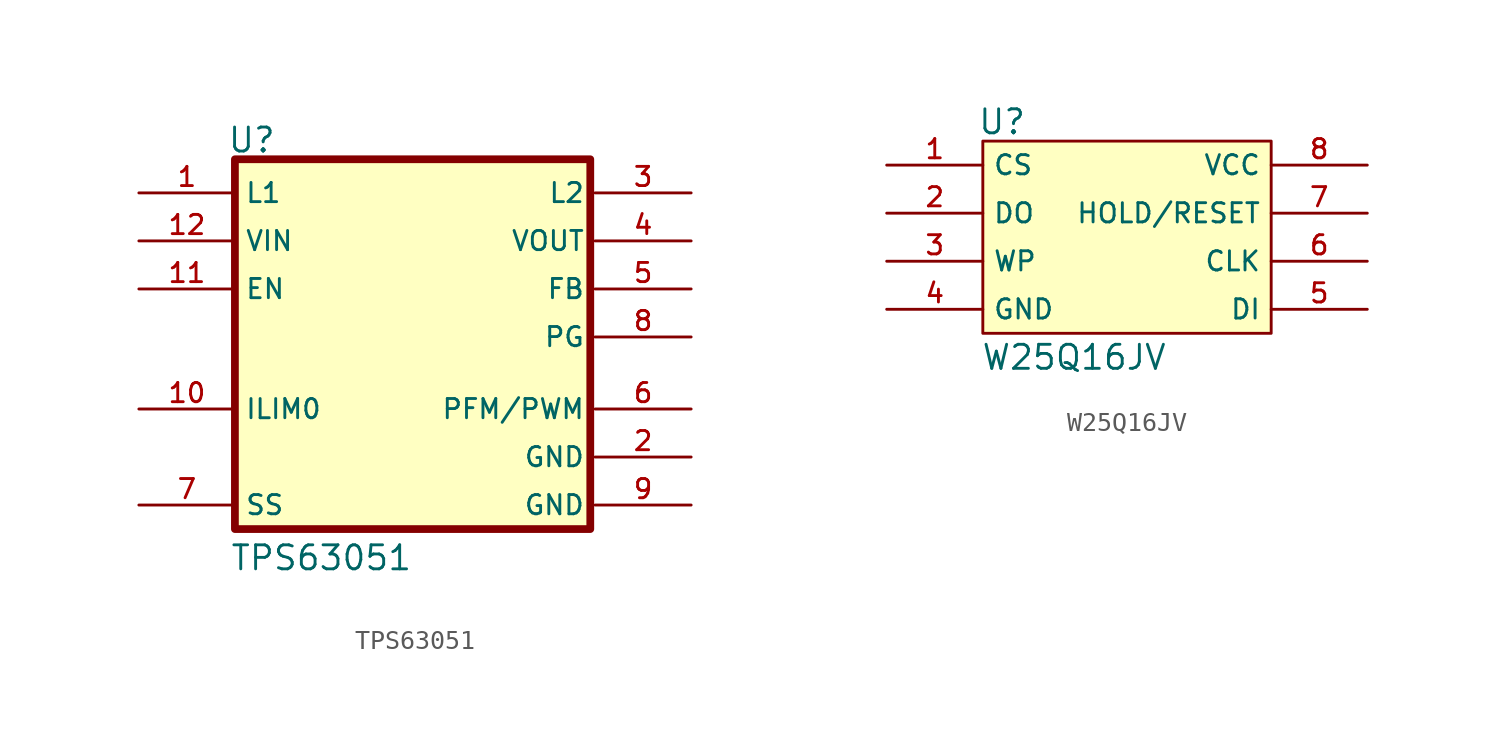
<source format=kicad_sym>
(kicad_symbol_lib
  (version 20231120)
  (generator "kicad_symbol_editor")
  (generator_version "8.0")
  (symbol "TPS63051"
    (property "Reference" "U"
      (at -8.001 10.414 0)
      (effects (font (size 1.27 1.27))))
    (property "Value" "TPS63051"
      (at -4.318 -11.684 0)
      (effects (font (size 1.27 1.27))))
    (symbol "TPS63051_0_0"
      (pin input line (at -13.97 -3.81 0) (length 5.08) (name "ILIM0" (effects (font (size 1.016 1.016)))) (number "10" (effects (font (size 1.016 1.016)))))
      (pin input line (at -13.97 2.54 0) (length 5.08) (name "EN" (effects (font (size 1.016 1.016)))) (number "11" (effects (font (size 1.016 1.016)))))
      (pin power_in line (at 15.24 -6.35 180) (length 5.08) (name "GND" (effects (font (size 1.016 1.016)))) (number "2" (effects (font (size 1.016 1.016)))))
      (pin output line (at 15.24 5.08 180) (length 5.08) (name "VOUT" (effects (font (size 1.016 1.016)))) (number "4" (effects (font (size 1.016 1.016)))))
      (pin input line (at 15.24 2.54 180) (length 5.08) (name "FB" (effects (font (size 1.016 1.016)))) (number "5" (effects (font (size 1.016 1.016)))))
      (pin input line (at 15.24 -3.81 180) (length 5.08) (name "PFM/PWM" (effects (font (size 1.016 1.016)))) (number "6" (effects (font (size 1.016 1.016)))))
      (pin input line (at -13.97 -8.89 0) (length 5.08) (name "SS" (effects (font (size 1.016 1.016)))) (number "7" (effects (font (size 1.016 1.016)))))
      (pin output line (at 15.24 0 180) (length 5.08) (name "PG" (effects (font (size 1.016 1.016)))) (number "8" (effects (font (size 1.016 1.016)))))
      (pin power_in line (at 15.24 -8.89 180) (length 5.08) (name "GND" (effects (font (size 1.016 1.016)))) (number "9" (effects (font (size 1.016 1.016))))))
    (symbol "TPS63051_1_0"
      (rectangle (start -8.89 9.398) (end 9.906 -10.16) (stroke (width 0.41) (type default)) (fill (type background)))
      (pin passive line (at -13.97 7.62 0) (length 5.08) (name "L1" (effects (font (size 1.016 1.016)))) (number "1" (effects (font (size 1.016 1.016)))))
      (pin power_in line (at -13.97 5.08 0) (length 5.08) (name "VIN" (effects (font (size 1.016 1.016)))) (number "12" (effects (font (size 1.016 1.016)))))
      (pin passive line (at 15.24 7.62 180) (length 5.08) (name "L2" (effects (font (size 1.016 1.016)))) (number "3" (effects (font (size 1.016 1.016)))))))
  (symbol "W25Q16JV"
    (property "Reference" "U"
      (at -6.604 6.096 0)
      (effects (font (size 1.27 1.27))))
    (property "Value" "W25Q16JV"
      (at -2.794 -6.35 0)
      (effects (font (size 1.27 1.27))))
    (symbol "W25Q16JV_1_0"
      (pin input line (at -12.7 3.81 0) (length 5.08) (name "CS" (effects (font (size 1.016 1.016)))) (number "1" (effects (font (size 1.016 1.016)))))
      (pin bidirectional line (at -12.7 1.27 0) (length 5.08) (name "DO" (effects (font (size 1.016 1.016)))) (number "2" (effects (font (size 1.016 1.016)))))
      (pin bidirectional line (at -12.7 -1.27 0) (length 5.08) (name "WP" (effects (font (size 1.016 1.016)))) (number "3" (effects (font (size 1.016 1.016)))))
      (pin power_in line (at -12.7 -3.81 0) (length 5.08) (name "GND" (effects (font (size 1.016 1.016)))) (number "4" (effects (font (size 1.016 1.016)))))
      (pin bidirectional line (at 12.7 -3.81 180) (length 5.08) (name "DI" (effects (font (size 1.016 1.016)))) (number "5" (effects (font (size 1.016 1.016)))))
      (pin input line (at 12.7 -1.27 180) (length 5.08) (name "CLK" (effects (font (size 1.016 1.016)))) (number "6" (effects (font (size 1.016 1.016)))))
      (pin bidirectional line (at 12.7 1.27 180) (length 5.08) (name "HOLD/RESET" (effects (font (size 1.016 1.016)))) (number "7" (effects (font (size 1.016 1.016)))))
      (pin power_in line (at 12.7 3.81 180) (length 5.08) (name "VCC" (effects (font (size 1.016 1.016)))) (number "8" (effects (font (size 1.016 1.016))))))
    (symbol "W25Q16JV_1_1"
      (rectangle (start -7.62 5.08) (end 7.62 -5.08) (stroke (width 0) (type default)) (fill (type background))))))
</source>
